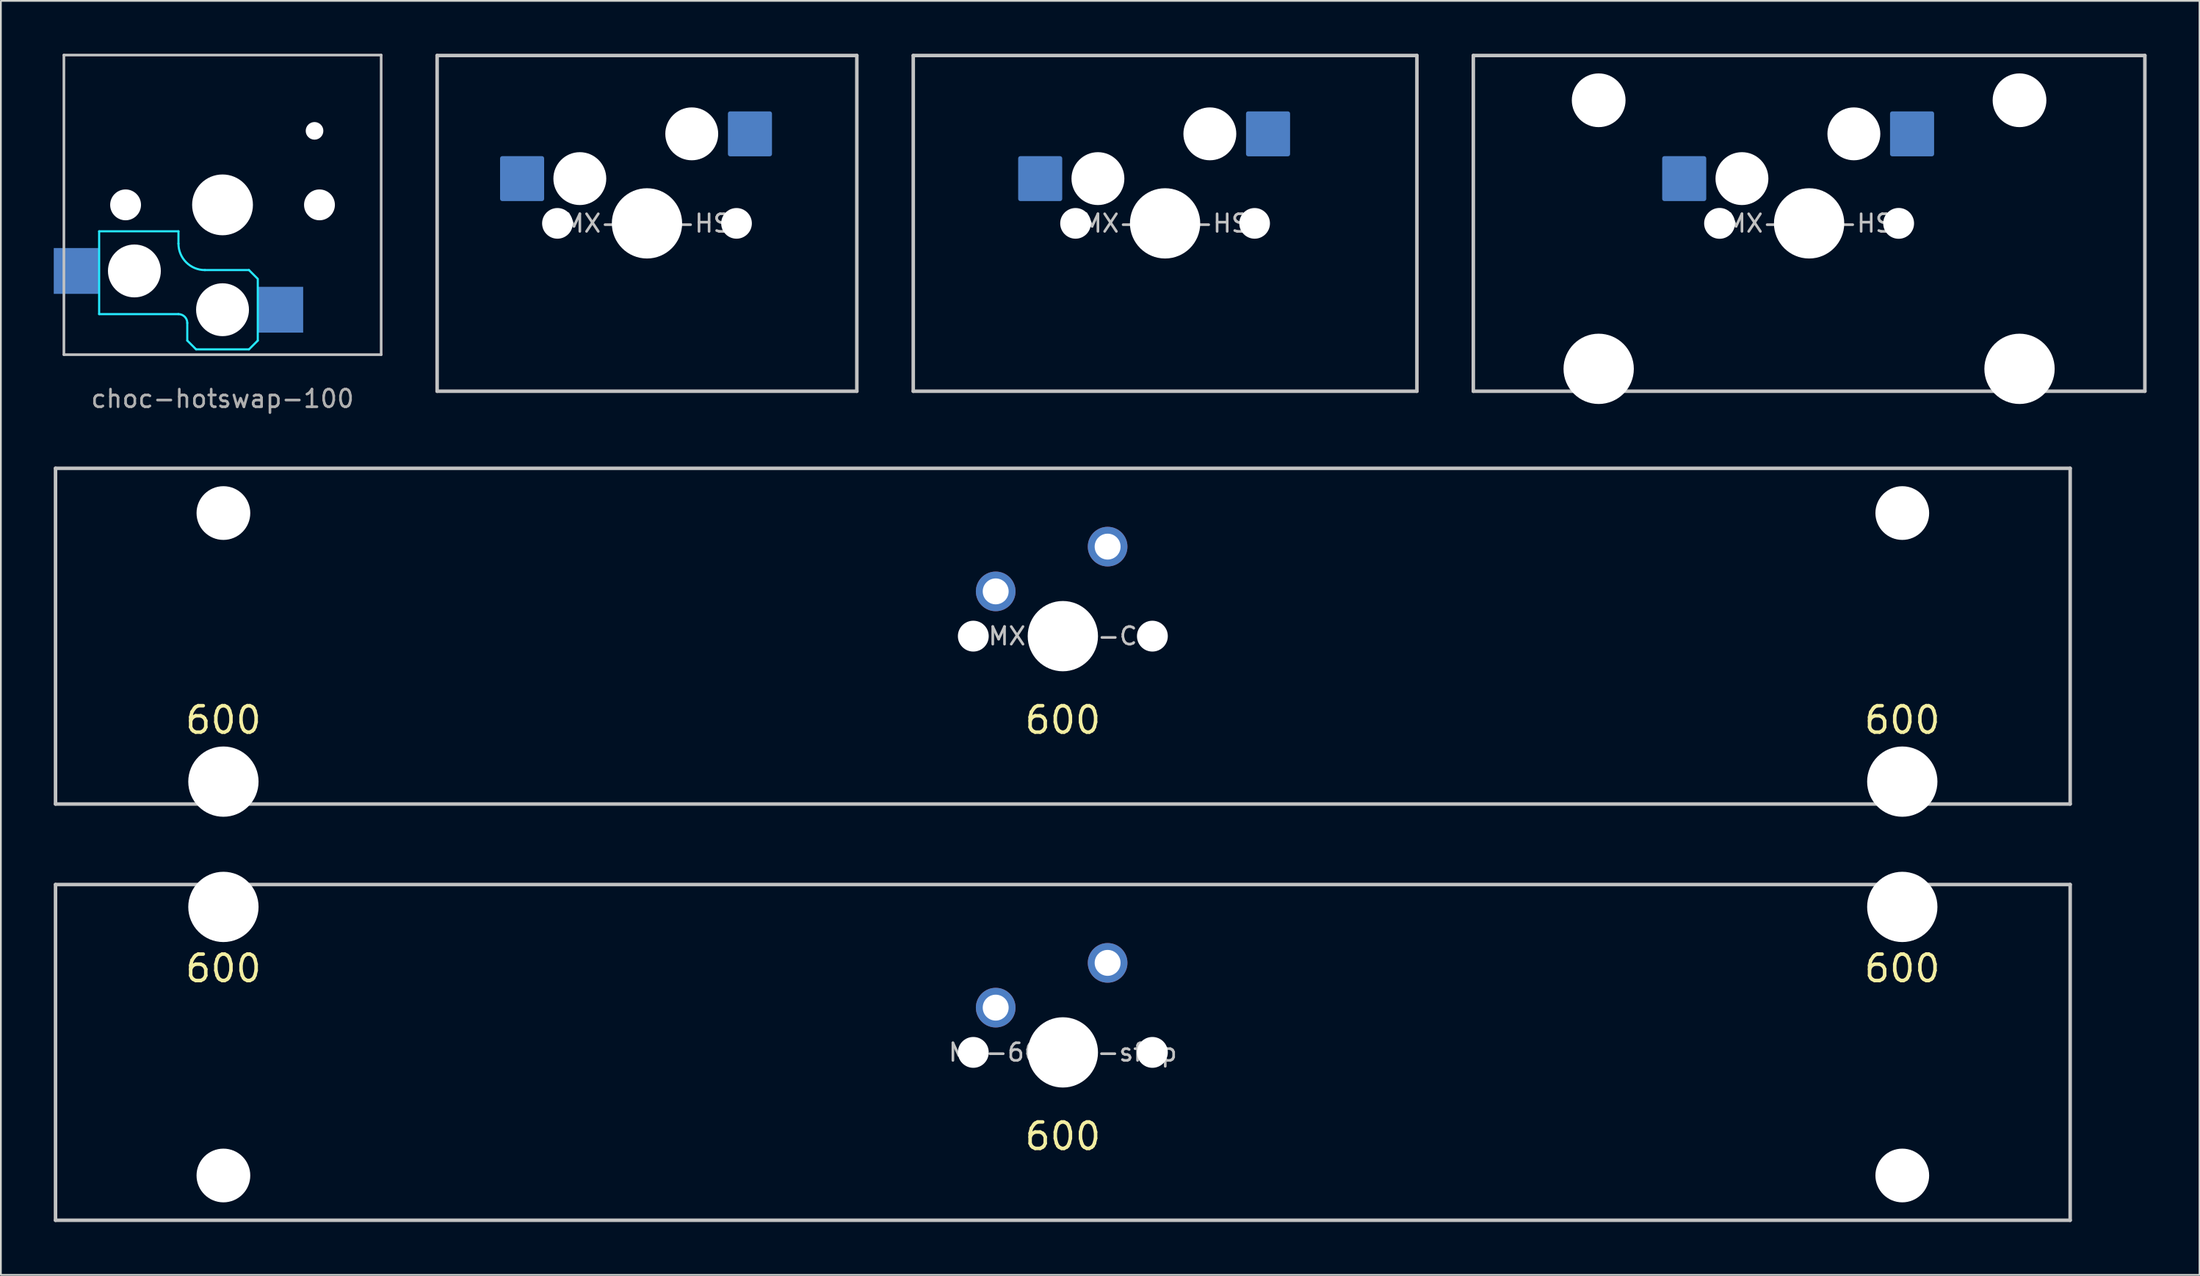
<source format=kicad_pcb>
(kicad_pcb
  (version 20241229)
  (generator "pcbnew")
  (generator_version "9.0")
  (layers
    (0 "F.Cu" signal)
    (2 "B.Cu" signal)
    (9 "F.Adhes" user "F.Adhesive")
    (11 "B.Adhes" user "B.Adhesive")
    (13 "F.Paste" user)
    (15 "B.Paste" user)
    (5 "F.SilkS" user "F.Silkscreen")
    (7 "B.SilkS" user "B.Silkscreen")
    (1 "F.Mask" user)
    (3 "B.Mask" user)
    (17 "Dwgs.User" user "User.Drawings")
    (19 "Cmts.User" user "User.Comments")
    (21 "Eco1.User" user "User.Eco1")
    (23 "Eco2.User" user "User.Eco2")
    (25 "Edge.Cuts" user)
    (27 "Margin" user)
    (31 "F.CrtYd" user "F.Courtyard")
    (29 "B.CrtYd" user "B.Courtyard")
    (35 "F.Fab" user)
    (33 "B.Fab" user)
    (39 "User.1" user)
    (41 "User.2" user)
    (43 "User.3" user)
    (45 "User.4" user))
  (footprint "MX-200-HS"
    (layer "F.Cu")
    (at 99.588 9.625)
    (property "Reference" "MX-200-HS" (at 0 0 0) (layer "Dwgs.User") (effects (font (size 1 1) (thickness 0.15))))
    (attr through_hole)
    (fp_line (start -19.05 9.525) (end -19.05 -9.525) (stroke (width 0.2) (type solid)) (layer "Dwgs.User"))
    (fp_line (start 19.05 -9.525) (end -19.05 -9.525) (stroke (width 0.2) (type solid)) (layer "Dwgs.User"))
    (fp_line (start 19.05 -9.525) (end 19.05 9.525) (stroke (width 0.2) (type solid)) (layer "Dwgs.User"))
    (fp_line (start 19.05 9.525) (end -19.05 9.525) (stroke (width 0.2) (type solid)) (layer "Dwgs.User"))
    (fp_line (start -15.368 -8.95) (end -15.368 10.25) (stroke (width 0.12) (type solid)) (layer "Eco1.User"))
    (fp_line (start -15.368 10.25) (end 15.368 10.25) (stroke (width 0.12) (type solid)) (layer "Eco1.User"))
    (fp_line (start -8.508 -8.95) (end -15.368 -8.95) (stroke (width 0.12) (type solid)) (layer "Eco1.User"))
    (fp_line (start -8.508 7) (end -8.508 -8.95) (stroke (width 0.12) (type solid)) (layer "Eco1.User"))
    (fp_line (start -7 -7) (end -7 7) (stroke (width 0.12) (type solid)) (layer "Eco1.User"))
    (fp_line (start -7 -7) (end 7 -7) (stroke (width 0.12) (type solid)) (layer "Eco1.User"))
    (fp_line (start -7 7) (end -8.508 7) (stroke (width 0.12) (type solid)) (layer "Eco1.User"))
    (fp_line (start 7 -7) (end 7 7) (stroke (width 0.12) (type solid)) (layer "Eco1.User"))
    (fp_line (start 8.508 -8.95) (end 8.508 7) (stroke (width 0.12) (type solid)) (layer "Eco1.User"))
    (fp_line (start 8.508 7) (end 7 7) (stroke (width 0.12) (type solid)) (layer "Eco1.User"))
    (fp_line (start 15.368 -8.95) (end 8.508 -8.95) (stroke (width 0.12) (type solid)) (layer "Eco1.User"))
    (fp_line (start 15.368 10.25) (end 15.368 -8.95) (stroke (width 0.12) (type solid)) (layer "Eco1.User"))
    (fp_circle (center -11.938 -6.985) (end -9.438 -6.985) (stroke (width 0.12) (type solid)) (fill no) (layer "Eco2.User"))
    (fp_circle (center 11.938 -6.985) (end 14.438 -6.985) (stroke (width 0.12) (type solid)) (fill no) (layer "Eco2.User"))
    (pad "" np_thru_hole circle (at -11.938 -6.985) (size 3.048 3.048) (drill 3.048) (layers "*.Cu" "*.Mask"))
    (pad "" np_thru_hole circle (at -11.938 8.255) (size 3.988 3.988) (drill 3.988) (layers "*.Cu" "*.Mask"))
    (pad "" np_thru_hole circle (at -5.08 0) (size 1.75 1.75) (drill 1.75) (layers "*.Cu" "*.Mask"))
    (pad "" np_thru_hole circle (at -3.81 -2.54) (size 3 3) (drill 3) (layers "*.Cu" "*.Mask"))
    (pad "" np_thru_hole circle (at 0 0) (size 3.988 3.988) (drill 3.988) (layers "*.Cu" "*.Mask"))
    (pad "" np_thru_hole circle (at 2.54 -5.08) (size 3 3) (drill 3) (layers "*.Cu" "*.Mask"))
    (pad "" np_thru_hole circle (at 5.08 0) (size 1.75 1.75) (drill 1.75) (layers "*.Cu" "*.Mask"))
    (pad "" np_thru_hole circle (at 11.938 -6.985) (size 3.048 3.048) (drill 3.048) (layers "*.Cu" "*.Mask"))
    (pad "" np_thru_hole circle (at 11.938 8.255) (size 3.988 3.988) (drill 3.988) (layers "*.Cu" "*.Mask"))
    (pad "1" smd roundrect (at 5.842 -5.08) (size 2.5 2.55) (layers "B.Cu" "B.Mask" "B.Paste") (roundrect_rratio 0.05))
    (pad "2" smd roundrect (at -7.085 -2.54) (size 2.5 2.55) (layers "B.Cu" "B.Mask" "B.Paste") (roundrect_rratio 0.05)))
  (footprint "choc-hotswap-100"
    (layer "F.Cu")
    (at 9.575 8.575)
    (property "Reference" "choc-hotswap-100" (at 0 11 0) (layer "F.Fab") (effects (font (size 1 1) (thickness 0.15))))
    (attr smd)
    (fp_line (start -9 -8.5) (end 9 -8.5) (stroke (width 0.15) (type solid)) (layer "Dwgs.User"))
    (fp_line (start -9 8.5) (end -9 -8.5) (stroke (width 0.15) (type solid)) (layer "Dwgs.User"))
    (fp_line (start -9 8.5) (end 9 8.5) (stroke (width 0.15) (type solid)) (layer "Dwgs.User"))
    (fp_line (start 9 -8.5) (end 9 8.5) (stroke (width 0.15) (type solid)) (layer "Dwgs.User"))
    (fp_line (start -6.9 6.9) (end -6.9 -6.9) (stroke (width 0.15) (type solid)) (layer "Eco1.User"))
    (fp_line (start -6.9 6.9) (end 6.9 6.9) (stroke (width 0.15) (type solid)) (layer "Eco1.User"))
    (fp_line (start 6.9 -6.9) (end -6.9 -6.9) (stroke (width 0.15) (type solid)) (layer "Eco1.User"))
    (fp_line (start 6.9 -6.9) (end 6.9 6.9) (stroke (width 0.15) (type solid)) (layer "Eco1.User"))
    (fp_line (start -7 1.5) (end -7 6.2) (stroke (width 0.12) (type solid)) (layer "B.CrtYd"))
    (fp_line (start -7 6.2) (end -2.5 6.2) (stroke (width 0.12) (type solid)) (layer "B.CrtYd"))
    (fp_line (start -2.5 1.5) (end -7 1.5) (stroke (width 0.12) (type solid)) (layer "B.CrtYd"))
    (fp_line (start -2.5 2.2) (end -2.5 1.5) (stroke (width 0.12) (type solid)) (layer "B.CrtYd"))
    (fp_line (start -2 6.7) (end -2 7.7) (stroke (width 0.12) (type solid)) (layer "B.CrtYd"))
    (fp_line (start -1.5 8.2) (end -2 7.7) (stroke (width 0.12) (type solid)) (layer "B.CrtYd"))
    (fp_line (start 1.5 3.7) (end -1 3.7) (stroke (width 0.12) (type solid)) (layer "B.CrtYd"))
    (fp_line (start 1.5 8.2) (end -1.5 8.2) (stroke (width 0.12) (type solid)) (layer "B.CrtYd"))
    (fp_line (start 2 4.2) (end 1.5 3.7) (stroke (width 0.12) (type solid)) (layer "B.CrtYd"))
    (fp_line (start 2 4.25) (end 2 7.7) (stroke (width 0.12) (type solid)) (layer "B.CrtYd"))
    (fp_line (start 2 7.7) (end 1.5 8.2) (stroke (width 0.12) (type solid)) (layer "B.CrtYd"))
    (fp_arc (start -2.5 6.2) (mid -2.146447 6.346447) (end -2 6.7) (stroke (width 0.12) (type solid)) (layer "B.CrtYd"))
    (fp_arc (start -1 3.7) (mid -2.06066 3.26066) (end -2.5 2.2) (stroke (width 0.12) (type solid)) (layer "B.CrtYd"))
    (pad "" np_thru_hole circle (at -5.5 0) (size 1.75 1.75) (drill 1.75) (layers "*.Cu" "*.Mask"))
    (pad "" np_thru_hole circle (at -5 3.75) (size 3 3) (drill 3) (layers "*.Cu" "*.Mask"))
    (pad "" np_thru_hole circle (at 0 0) (size 3.45 3.45) (drill 3.45) (layers "*.Cu" "*.Mask"))
    (pad "" np_thru_hole circle (at 0 5.95) (size 3 3) (drill 3) (layers "*.Cu" "*.Mask"))
    (pad "" np_thru_hole circle (at 5.22 -4.2) (size 1 1) (drill 1) (layers "*.Cu" "*.Mask"))
    (pad "" np_thru_hole circle (at 5.5 0) (size 1.75 1.75) (drill 1.75) (layers "*.Cu" "*.Mask"))
    (pad "1" smd rect (at 3.275 5.95) (size 2.6 2.6) (layers "B.Cu" "B.Mask" "B.Paste"))
    (pad "2" smd rect (at -8.275 3.75) (size 2.6 2.6) (layers "B.Cu" "B.Mask" "B.Paste")))
  (footprint "MX-150-HS"
    (layer "F.Cu")
    (at 63.05 9.625)
    (property "Reference" "MX-150-HS" (at 0 0 0) (layer "Dwgs.User") (effects (font (size 1 1) (thickness 0.15))))
    (attr through_hole)
    (fp_line (start -14.287 -9.525) (end 14.287 -9.525) (stroke (width 0.2) (type solid)) (layer "Dwgs.User"))
    (fp_line (start -14.287 9.525) (end -14.287 -9.525) (stroke (width 0.2) (type solid)) (layer "Dwgs.User"))
    (fp_line (start 14.287 -9.525) (end 14.287 9.525) (stroke (width 0.2) (type solid)) (layer "Dwgs.User"))
    (fp_line (start 14.287 9.525) (end -14.287 9.525) (stroke (width 0.2) (type solid)) (layer "Dwgs.User"))
    (fp_line (start -7 -7) (end 7 -7) (stroke (width 0.12) (type solid)) (layer "Eco1.User"))
    (fp_line (start -7 7) (end -7 -7) (stroke (width 0.12) (type solid)) (layer "Eco1.User"))
    (fp_line (start -7 7) (end 7 7) (stroke (width 0.12) (type solid)) (layer "Eco1.User"))
    (fp_line (start 7 7) (end 7 -7) (stroke (width 0.12) (type solid)) (layer "Eco1.User"))
    (pad "" np_thru_hole circle (at -5.08 0) (size 1.74 1.74) (drill 1.74) (layers "*.Cu" "*.Mask"))
    (pad "" np_thru_hole circle (at -3.81 -2.54) (size 3 3) (drill 3) (layers "*.Cu" "*.Mask"))
    (pad "" np_thru_hole circle (at 0 0) (size 3.988 3.988) (drill 3.988) (layers "*.Cu" "*.Mask"))
    (pad "" np_thru_hole circle (at 2.54 -5.08) (size 3 3) (drill 3) (layers "*.Cu" "*.Mask"))
    (pad "" np_thru_hole circle (at 5.08 0) (size 1.74 1.74) (drill 1.74) (layers "*.Cu" "*.Mask"))
    (pad "1" smd roundrect (at 5.842 -5.08) (size 2.5 2.55) (layers "B.Cu" "B.Mask" "B.Paste") (roundrect_rratio 0.05))
    (pad "2" smd roundrect (at -7.085 -2.54) (size 2.5 2.55) (layers "B.Cu" "B.Mask" "B.Paste") (roundrect_rratio 0.05)))
  (footprint "MX-600-C"
    (layer "F.Cu")
    (at 57.25 33.048)
    (property "Reference" "MX-600-C" (at 0 0 0) (layer "Dwgs.User") (effects (font (size 1 1) (thickness 0.15))))
    (attr through_hole)
    (fp_line (start -57.15 9.525) (end -57.15 -9.525) (stroke (width 0.2) (type solid)) (layer "Dwgs.User"))
    (fp_line (start 57.15 -9.525) (end -57.15 -9.525) (stroke (width 0.2) (type solid)) (layer "Dwgs.User"))
    (fp_line (start 57.15 -9.525) (end 57.15 9.525) (stroke (width 0.2) (type solid)) (layer "Dwgs.User"))
    (fp_line (start 57.15 9.525) (end -57.15 9.525) (stroke (width 0.2) (type solid)) (layer "Dwgs.User"))
    (fp_line (start -51.055 -8.95) (end -51.055 10.25) (stroke (width 0.12) (type solid)) (layer "Eco1.User"))
    (fp_line (start -51.055 10.25) (end 51.055 10.25) (stroke (width 0.12) (type solid)) (layer "Eco1.User"))
    (fp_line (start -44.195 -8.95) (end -51.055 -8.95) (stroke (width 0.12) (type solid)) (layer "Eco1.User"))
    (fp_line (start -44.195 7) (end -44.195 -8.95) (stroke (width 0.12) (type solid)) (layer "Eco1.User"))
    (fp_line (start -7 -7) (end -7 7) (stroke (width 0.12) (type solid)) (layer "Eco1.User"))
    (fp_line (start -7 -7) (end 7 -7) (stroke (width 0.12) (type solid)) (layer "Eco1.User"))
    (fp_line (start -7 7) (end -44.195 7) (stroke (width 0.12) (type solid)) (layer "Eco1.User"))
    (fp_line (start 7 -7) (end 7 7) (stroke (width 0.12) (type solid)) (layer "Eco1.User"))
    (fp_line (start 44.195 -8.95) (end 44.195 7) (stroke (width 0.12) (type solid)) (layer "Eco1.User"))
    (fp_line (start 44.195 7) (end 7 7) (stroke (width 0.12) (type solid)) (layer "Eco1.User"))
    (fp_line (start 51.055 -8.95) (end 44.195 -8.95) (stroke (width 0.12) (type solid)) (layer "Eco1.User"))
    (fp_line (start 51.055 10.25) (end 51.055 -8.95) (stroke (width 0.12) (type solid)) (layer "Eco1.User"))
    (fp_circle (center -47.625 -6.985) (end -45.125 -6.985) (stroke (width 0.12) (type solid)) (fill no) (layer "Eco2.User"))
    (fp_circle (center 47.625 -6.985) (end 50.125 -6.985) (stroke (width 0.12) (type solid)) (fill no) (layer "Eco2.User"))
    (fp_text user "600" (at -47.625 4.763 0) (layer "F.SilkS") (effects (font (size 1.5 1.5) (thickness 0.2))))
    (fp_text user "600" (at 0 4.763 0) (layer "F.SilkS") (effects (font (size 1.5 1.5) (thickness 0.2))))
    (fp_text user "600" (at 47.625 4.763 0) (layer "F.SilkS") (effects (font (size 1.5 1.5) (thickness 0.2))))
    (pad "" np_thru_hole circle (at -47.625 -6.985) (size 3.048 3.048) (drill 3.048) (layers "*.Cu" "*.Mask"))
    (pad "" np_thru_hole circle (at -47.625 8.255) (size 3.988 3.988) (drill 3.988) (layers "*.Cu" "*.Mask"))
    (pad "" np_thru_hole circle (at -5.08 0) (size 1.75 1.75) (drill 1.75) (layers "*.Cu" "*.Mask"))
    (pad "" np_thru_hole circle (at 0 0) (size 3.988 3.988) (drill 3.988) (layers "*.Cu" "*.Mask"))
    (pad "" np_thru_hole circle (at 5.08 0) (size 1.75 1.75) (drill 1.75) (layers "*.Cu" "*.Mask"))
    (pad "" np_thru_hole circle (at 47.625 -6.985) (size 3.048 3.048) (drill 3.048) (layers "*.Cu" "*.Mask"))
    (pad "" np_thru_hole circle (at 47.625 8.255) (size 3.988 3.988) (drill 3.988) (layers "*.Cu" "*.Mask"))
    (pad "1" thru_hole circle (at 2.54 -5.08) (size 2.25 2.25) (drill 1.47) (layers "*.Cu" "B.Mask"))
    (pad "2" thru_hole circle (at -3.81 -2.54) (size 2.25 2.25) (drill 1.47) (layers "*.Cu" "B.Mask")))
  (footprint "MX-125-HS"
    (layer "F.Cu")
    (at 33.656 9.625)
    (property "Reference" "MX-125-HS" (at 0 0 0) (layer "Dwgs.User") (effects (font (size 1 1) (thickness 0.15))))
    (attr through_hole)
    (fp_line (start -11.906 -9.525) (end 11.906 -9.525) (stroke (width 0.2) (type solid)) (layer "Dwgs.User"))
    (fp_line (start -11.906 9.525) (end -11.906 -9.525) (stroke (width 0.2) (type solid)) (layer "Dwgs.User"))
    (fp_line (start 11.906 -9.525) (end 11.906 9.525) (stroke (width 0.2) (type solid)) (layer "Dwgs.User"))
    (fp_line (start 11.906 9.525) (end -11.906 9.525) (stroke (width 0.2) (type solid)) (layer "Dwgs.User"))
    (fp_line (start -7 -7) (end 7 -7) (stroke (width 0.12) (type solid)) (layer "Eco1.User"))
    (fp_line (start -7 7) (end -7 -7) (stroke (width 0.12) (type solid)) (layer "Eco1.User"))
    (fp_line (start -7 7) (end 7 7) (stroke (width 0.12) (type solid)) (layer "Eco1.User"))
    (fp_line (start 7 7) (end 7 -7) (stroke (width 0.12) (type solid)) (layer "Eco1.User"))
    (pad "" np_thru_hole circle (at -5.08 0) (size 1.74 1.74) (drill 1.74) (layers "*.Cu" "*.Mask"))
    (pad "" np_thru_hole circle (at -3.81 -2.54) (size 3 3) (drill 3) (layers "*.Cu" "*.Mask"))
    (pad "" np_thru_hole circle (at 0 0) (size 3.988 3.988) (drill 3.988) (layers "*.Cu" "*.Mask"))
    (pad "" np_thru_hole circle (at 2.54 -5.08) (size 3 3) (drill 3) (layers "*.Cu" "*.Mask"))
    (pad "" np_thru_hole circle (at 5.08 0) (size 1.74 1.74) (drill 1.74) (layers "*.Cu" "*.Mask"))
    (pad "1" smd roundrect (at 5.842 -5.08) (size 2.5 2.55) (layers "B.Cu" "B.Mask" "B.Paste") (roundrect_rratio 0.05))
    (pad "2" smd roundrect (at -7.085 -2.54) (size 2.5 2.55) (layers "B.Cu" "B.Mask" "B.Paste") (roundrect_rratio 0.05)))
  (footprint "MX-600-C-sflip"
    (layer "F.Cu")
    (at 57.25 56.668)
    (property "Reference" "MX-600-C-sflip" (at 0 0 0) (layer "Dwgs.User") (effects (font (size 1 1) (thickness 0.15))))
    (attr through_hole)
    (fp_line (start -57.15 -9.525) (end 57.15 -9.525) (stroke (width 0.2) (type solid)) (layer "Dwgs.User"))
    (fp_line (start -57.15 9.525) (end -57.15 -9.525) (stroke (width 0.2) (type solid)) (layer "Dwgs.User"))
    (fp_line (start -57.15 9.525) (end 57.15 9.525) (stroke (width 0.2) (type solid)) (layer "Dwgs.User"))
    (fp_line (start 57.15 -9.525) (end 57.15 9.525) (stroke (width 0.2) (type solid)) (layer "Dwgs.User"))
    (fp_line (start -51.055 -10.25) (end -51.055 8.95) (stroke (width 0.12) (type solid)) (layer "Eco1.User"))
    (fp_line (start -51.055 8.95) (end -44.195 8.95) (stroke (width 0.12) (type solid)) (layer "Eco1.User"))
    (fp_line (start -44.195 -7) (end -7 -7) (stroke (width 0.12) (type solid)) (layer "Eco1.User"))
    (fp_line (start -44.195 8.95) (end -44.195 -7) (stroke (width 0.12) (type solid)) (layer "Eco1.User"))
    (fp_line (start -7 7) (end -7 -7) (stroke (width 0.12) (type solid)) (layer "Eco1.User"))
    (fp_line (start 7 -7) (end 44.195 -7) (stroke (width 0.12) (type solid)) (layer "Eco1.User"))
    (fp_line (start 7 7) (end -7 7) (stroke (width 0.12) (type solid)) (layer "Eco1.User"))
    (fp_line (start 7 7) (end 7 -7) (stroke (width 0.12) (type solid)) (layer "Eco1.User"))
    (fp_line (start 44.195 -7) (end 44.195 8.95) (stroke (width 0.12) (type solid)) (layer "Eco1.User"))
    (fp_line (start 44.195 8.95) (end 51.055 8.95) (stroke (width 0.12) (type solid)) (layer "Eco1.User"))
    (fp_line (start 51.055 -10.25) (end -51.055 -10.25) (stroke (width 0.12) (type solid)) (layer "Eco1.User"))
    (fp_line (start 51.055 8.95) (end 51.055 -10.25) (stroke (width 0.12) (type solid)) (layer "Eco1.User"))
    (fp_circle (center -47.625 6.985) (end -50.125 6.985) (stroke (width 0.12) (type solid)) (fill no) (layer "Eco2.User"))
    (fp_circle (center 47.625 6.985) (end 45.125 6.985) (stroke (width 0.12) (type solid)) (fill no) (layer "Eco2.User"))
    (fp_text user "600" (at 47.625 -4.763 0) (layer "F.SilkS") (effects (font (size 1.5 1.5) (thickness 0.2))))
    (fp_text user "600" (at 0 4.763 0) (layer "F.SilkS") (effects (font (size 1.5 1.5) (thickness 0.2))))
    (fp_text user "600" (at -47.625 -4.763 0) (layer "F.SilkS") (effects (font (size 1.5 1.5) (thickness 0.2))))
    (pad "" np_thru_hole circle (at -47.625 -8.255 180) (size 3.988 3.988) (drill 3.988) (layers "*.Cu" "*.Mask"))
    (pad "" np_thru_hole circle (at -47.625 6.985 180) (size 3.048 3.048) (drill 3.048) (layers "*.Cu" "*.Mask"))
    (pad "" np_thru_hole circle (at -5.08 0) (size 1.75 1.75) (drill 1.75) (layers "*.Cu" "*.Mask"))
    (pad "" np_thru_hole circle (at 0 0) (size 3.988 3.988) (drill 3.988) (layers "*.Cu" "*.Mask"))
    (pad "" np_thru_hole circle (at 5.08 0) (size 1.75 1.75) (drill 1.75) (layers "*.Cu" "*.Mask"))
    (pad "" np_thru_hole circle (at 47.625 -8.255 180) (size 3.988 3.988) (drill 3.988) (layers "*.Cu" "*.Mask"))
    (pad "" np_thru_hole circle (at 47.625 6.985 180) (size 3.048 3.048) (drill 3.048) (layers "*.Cu" "*.Mask"))
    (pad "1" thru_hole circle (at 2.54 -5.08) (size 2.25 2.25) (drill 1.47) (layers "*.Cu" "B.Mask"))
    (pad "2" thru_hole circle (at -3.81 -2.54) (size 2.25 2.25) (drill 1.47) (layers "*.Cu" "B.Mask")))
  (gr_rect
    (start -3 -3)
    (end 121.737 69.293)
    (stroke (width 0.1) (type default))
    (fill no)
    (layer "Edge.Cuts")))
</source>
